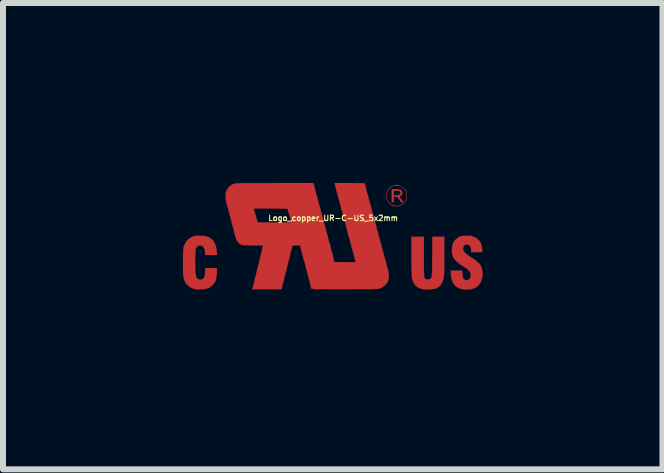
<source format=kicad_pcb>
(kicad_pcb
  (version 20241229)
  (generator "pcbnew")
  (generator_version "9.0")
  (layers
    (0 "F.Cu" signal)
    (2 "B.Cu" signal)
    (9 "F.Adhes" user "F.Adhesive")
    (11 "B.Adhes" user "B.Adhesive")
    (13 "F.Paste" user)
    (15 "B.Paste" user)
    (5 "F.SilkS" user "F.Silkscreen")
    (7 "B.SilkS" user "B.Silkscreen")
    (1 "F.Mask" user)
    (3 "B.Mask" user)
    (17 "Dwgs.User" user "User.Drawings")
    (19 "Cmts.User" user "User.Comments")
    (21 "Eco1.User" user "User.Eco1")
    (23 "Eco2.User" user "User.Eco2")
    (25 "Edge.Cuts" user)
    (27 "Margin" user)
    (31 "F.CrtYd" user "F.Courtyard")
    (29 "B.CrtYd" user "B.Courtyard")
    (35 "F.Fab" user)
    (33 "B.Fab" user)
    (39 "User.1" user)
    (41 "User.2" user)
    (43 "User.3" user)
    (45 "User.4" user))
  (footprint "Logo_copper_UR-C-US_5x2mm"
    (layer "F.Cu")
    (at 2.506 0.888)
    (property "Reference" "Logo_copper_UR-C-US_5x2mm" (at 0 -0.3 0) (layer "F.SilkS") (effects (font (size 0.091 0.091) (thickness 0.018))))
    (attr exclude_from_pos_files exclude_from_bom)
    (fp_poly (pts (xy 1.171 -0.569) (xy 1.166 -0.564) (xy 1.156 -0.564) (xy 1.143 -0.566) (xy 1.133 -0.572) (xy 1.13 -0.574) (xy 1.12 -0.584) (xy 1.113 -0.597) (xy 1.105 -0.61) (xy 1.092 -0.625) (xy 1.085 -0.635) (xy 1.072 -0.648) (xy 1.062 -0.655) (xy 1.049 -0.658) (xy 1.036 -0.658) (xy 1.011 -0.658) (xy 1.011 -0.61) (xy 1.011 -0.564) (xy 0.993 -0.564) (xy 0.978 -0.564) (xy 0.978 -0.673) (xy 0.978 -0.782) (xy 1.041 -0.782) (xy 1.077 -0.78) (xy 1.102 -0.777) (xy 1.12 -0.775) (xy 1.135 -0.767) (xy 1.143 -0.757) (xy 1.146 -0.752) (xy 1.156 -0.726) (xy 1.153 -0.704) (xy 1.14 -0.681) (xy 1.128 -0.671) (xy 1.128 -0.716) (xy 1.125 -0.732) (xy 1.115 -0.742) (xy 1.11 -0.749) (xy 1.102 -0.752) (xy 1.092 -0.754) (xy 1.077 -0.754) (xy 1.057 -0.754) (xy 1.011 -0.754) (xy 1.011 -0.719) (xy 1.011 -0.681) (xy 1.052 -0.681) (xy 1.072 -0.683) (xy 1.09 -0.686) (xy 1.102 -0.688) (xy 1.105 -0.688) (xy 1.12 -0.701) (xy 1.128 -0.716) (xy 1.128 -0.671) (xy 1.115 -0.66) (xy 1.113 -0.66) (xy 1.105 -0.658) (xy 1.105 -0.655) (xy 1.107 -0.648) (xy 1.118 -0.638) (xy 1.12 -0.635) (xy 1.135 -0.62) (xy 1.146 -0.602) (xy 1.151 -0.594) (xy 1.158 -0.582) (xy 1.163 -0.574) (xy 1.166 -0.574) (xy 1.171 -0.569)) (stroke (width 0.003) (type solid)) (fill yes) (layer "F.Cu"))
    (fp_poly (pts (xy 1.854 0.328) (xy 1.854 0.401) (xy 1.854 0.465) (xy 1.854 0.518) (xy 1.854 0.564) (xy 1.852 0.597) (xy 1.852 0.622) (xy 1.852 0.64) (xy 1.849 0.648) (xy 1.849 0.65) (xy 1.847 0.655) (xy 1.844 0.671) (xy 1.844 0.676) (xy 1.844 0.691) (xy 1.844 0.701) (xy 1.844 0.704) (xy 1.841 0.714) (xy 1.836 0.729) (xy 1.831 0.744) (xy 1.816 0.782) (xy 1.793 0.815) (xy 1.773 0.836) (xy 1.763 0.846) (xy 1.755 0.848) (xy 1.748 0.853) (xy 1.745 0.856) (xy 1.737 0.861) (xy 1.722 0.869) (xy 1.702 0.874) (xy 1.699 0.876) (xy 1.674 0.881) (xy 1.638 0.884) (xy 1.603 0.889) (xy 1.565 0.889) (xy 1.529 0.889) (xy 1.499 0.886) (xy 1.494 0.884) (xy 1.466 0.879) (xy 1.435 0.866) (xy 1.407 0.851) (xy 1.387 0.836) (xy 1.367 0.813) (xy 1.346 0.785) (xy 1.331 0.754) (xy 1.323 0.732) (xy 1.318 0.714) (xy 1.316 0.696) (xy 1.313 0.676) (xy 1.311 0.648) (xy 1.311 0.617) (xy 1.308 0.582) (xy 1.308 0.538) (xy 1.306 0.49) (xy 1.306 0.432) (xy 1.306 0.363) (xy 1.306 0.297) (xy 1.306 0.01) (xy 1.41 0.01) (xy 1.514 0.01) (xy 1.514 0.312) (xy 1.514 0.386) (xy 1.514 0.45) (xy 1.514 0.505) (xy 1.514 0.551) (xy 1.516 0.589) (xy 1.516 0.622) (xy 1.519 0.648) (xy 1.519 0.668) (xy 1.521 0.683) (xy 1.524 0.693) (xy 1.527 0.701) (xy 1.529 0.704) (xy 1.542 0.716) (xy 1.562 0.724) (xy 1.585 0.724) (xy 1.608 0.719) (xy 1.626 0.706) (xy 1.628 0.706) (xy 1.636 0.696) (xy 1.643 0.683) (xy 1.646 0.665) (xy 1.648 0.655) (xy 1.648 0.643) (xy 1.648 0.622) (xy 1.651 0.592) (xy 1.651 0.556) (xy 1.651 0.513) (xy 1.651 0.465) (xy 1.651 0.414) (xy 1.654 0.358) (xy 1.654 0.312) (xy 1.654 0.01) (xy 1.753 0.01) (xy 1.854 0.01) (xy 1.854 0.328)) (stroke (width 0.003) (type solid)) (fill yes) (layer "F.Cu"))
    (fp_poly (pts (xy 1.229 -0.678) (xy 1.229 -0.643) (xy 1.224 -0.615) (xy 1.224 -0.671) (xy 1.224 -0.676) (xy 1.224 -0.701) (xy 1.224 -0.719) (xy 1.222 -0.732) (xy 1.217 -0.742) (xy 1.212 -0.754) (xy 1.212 -0.757) (xy 1.196 -0.777) (xy 1.173 -0.798) (xy 1.151 -0.818) (xy 1.128 -0.831) (xy 1.123 -0.833) (xy 1.102 -0.838) (xy 1.077 -0.841) (xy 1.046 -0.841) (xy 1.016 -0.838) (xy 0.993 -0.831) (xy 0.986 -0.828) (xy 0.953 -0.808) (xy 0.927 -0.78) (xy 0.904 -0.744) (xy 0.892 -0.706) (xy 0.886 -0.671) (xy 0.894 -0.632) (xy 0.909 -0.597) (xy 0.93 -0.564) (xy 0.94 -0.554) (xy 0.955 -0.541) (xy 0.975 -0.528) (xy 0.996 -0.518) (xy 1.013 -0.513) (xy 1.016 -0.513) (xy 1.029 -0.511) (xy 1.034 -0.505) (xy 1.039 -0.503) (xy 1.054 -0.503) (xy 1.059 -0.5) (xy 1.074 -0.503) (xy 1.082 -0.505) (xy 1.085 -0.505) (xy 1.092 -0.511) (xy 1.1 -0.513) (xy 1.118 -0.516) (xy 1.138 -0.526) (xy 1.161 -0.541) (xy 1.181 -0.561) (xy 1.201 -0.579) (xy 1.212 -0.594) (xy 1.217 -0.607) (xy 1.222 -0.617) (xy 1.222 -0.63) (xy 1.224 -0.648) (xy 1.224 -0.671) (xy 1.224 -0.615) (xy 1.217 -0.592) (xy 1.201 -0.572) (xy 1.181 -0.551) (xy 1.153 -0.531) (xy 1.146 -0.526) (xy 1.128 -0.513) (xy 1.113 -0.505) (xy 1.1 -0.503) (xy 1.082 -0.5) (xy 1.072 -0.5) (xy 1.052 -0.498) (xy 1.034 -0.498) (xy 1.021 -0.5) (xy 1.003 -0.505) (xy 0.98 -0.518) (xy 0.958 -0.533) (xy 0.937 -0.549) (xy 0.93 -0.556) (xy 0.912 -0.582) (xy 0.897 -0.612) (xy 0.886 -0.645) (xy 0.884 -0.658) (xy 0.884 -0.691) (xy 0.892 -0.726) (xy 0.907 -0.759) (xy 0.93 -0.792) (xy 0.937 -0.8) (xy 0.958 -0.818) (xy 0.98 -0.831) (xy 1.001 -0.841) (xy 1.019 -0.843) (xy 1.029 -0.846) (xy 1.034 -0.848) (xy 1.041 -0.853) (xy 1.054 -0.853) (xy 1.069 -0.853) (xy 1.082 -0.851) (xy 1.087 -0.848) (xy 1.097 -0.846) (xy 1.113 -0.841) (xy 1.115 -0.838) (xy 1.133 -0.831) (xy 1.153 -0.818) (xy 1.176 -0.8) (xy 1.196 -0.782) (xy 1.212 -0.765) (xy 1.219 -0.754) (xy 1.224 -0.742) (xy 1.227 -0.729) (xy 1.229 -0.711) (xy 1.229 -0.688) (xy 1.229 -0.678)) (stroke (width 0.003) (type solid)) (fill yes) (layer "F.Cu"))
    (fp_poly (pts (xy -1.935 0.315) (xy -2.035 0.315) (xy -2.134 0.315) (xy -2.136 0.272) (xy -2.141 0.236) (xy -2.151 0.206) (xy -2.164 0.18) (xy -2.179 0.165) (xy -2.189 0.16) (xy -2.215 0.155) (xy -2.24 0.157) (xy -2.263 0.168) (xy -2.278 0.185) (xy -2.283 0.193) (xy -2.289 0.211) (xy -2.294 0.241) (xy -2.296 0.279) (xy -2.299 0.325) (xy -2.301 0.378) (xy -2.301 0.434) (xy -2.299 0.495) (xy -2.299 0.549) (xy -2.296 0.594) (xy -2.294 0.63) (xy -2.289 0.658) (xy -2.283 0.678) (xy -2.278 0.693) (xy -2.273 0.701) (xy -2.253 0.716) (xy -2.228 0.724) (xy -2.202 0.724) (xy -2.187 0.721) (xy -2.172 0.711) (xy -2.159 0.699) (xy -2.151 0.686) (xy -2.151 0.678) (xy -2.146 0.668) (xy -2.144 0.665) (xy -2.141 0.66) (xy -2.139 0.645) (xy -2.136 0.622) (xy -2.136 0.599) (xy -2.134 0.533) (xy -2.035 0.533) (xy -1.938 0.533) (xy -1.938 0.582) (xy -1.938 0.617) (xy -1.943 0.653) (xy -1.948 0.688) (xy -1.953 0.721) (xy -1.958 0.737) (xy -1.976 0.772) (xy -2.002 0.805) (xy -2.032 0.836) (xy -2.065 0.861) (xy -2.073 0.864) (xy -2.093 0.871) (xy -2.121 0.879) (xy -2.154 0.884) (xy -2.189 0.889) (xy -2.228 0.889) (xy -2.261 0.889) (xy -2.289 0.886) (xy -2.296 0.884) (xy -2.319 0.879) (xy -2.342 0.871) (xy -2.362 0.864) (xy -2.377 0.859) (xy -2.385 0.851) (xy -2.393 0.846) (xy -2.395 0.843) (xy -2.403 0.841) (xy -2.413 0.831) (xy -2.426 0.818) (xy -2.441 0.803) (xy -2.454 0.79) (xy -2.464 0.777) (xy -2.466 0.772) (xy -2.469 0.765) (xy -2.474 0.752) (xy -2.477 0.747) (xy -2.482 0.734) (xy -2.484 0.726) (xy -2.484 0.724) (xy -2.487 0.719) (xy -2.489 0.714) (xy -2.492 0.701) (xy -2.497 0.683) (xy -2.499 0.66) (xy -2.502 0.63) (xy -2.504 0.594) (xy -2.504 0.551) (xy -2.504 0.498) (xy -2.504 0.442) (xy -2.504 0.376) (xy -2.504 0.32) (xy -2.502 0.274) (xy -2.499 0.236) (xy -2.497 0.206) (xy -2.494 0.185) (xy -2.489 0.17) (xy -2.489 0.168) (xy -2.484 0.16) (xy -2.474 0.132) (xy -2.459 0.104) (xy -2.436 0.074) (xy -2.41 0.051) (xy -2.385 0.03) (xy -2.377 0.025) (xy -2.352 0.015) (xy -2.332 0.005) (xy -2.319 0.003) (xy -2.319 0) (xy -2.309 0) (xy -2.304 -0.003) (xy -2.294 -0.005) (xy -2.276 -0.005) (xy -2.253 -0.008) (xy -2.228 -0.008) (xy -2.2 -0.005) (xy -2.177 -0.005) (xy -2.156 -0.003) (xy -2.144 -0.003) (xy -2.139 0) (xy -2.131 0) (xy -2.129 0) (xy -2.121 0) (xy -2.113 0.003) (xy -2.101 0.008) (xy -2.085 0.015) (xy -2.07 0.023) (xy -2.055 0.03) (xy -2.037 0.043) (xy -2.019 0.056) (xy -2.004 0.069) (xy -1.996 0.079) (xy -1.994 0.081) (xy -1.991 0.089) (xy -1.986 0.102) (xy -1.979 0.114) (xy -1.961 0.15) (xy -1.948 0.196) (xy -1.941 0.249) (xy -1.941 0.262) (xy -1.935 0.315)) (stroke (width 0.003) (type solid)) (fill yes) (layer "F.Cu"))
    (fp_poly (pts (xy 2.492 0.635) (xy 2.492 0.653) (xy 2.489 0.668) (xy 2.489 0.676) (xy 2.484 0.681) (xy 2.487 0.691) (xy 2.487 0.701) (xy 2.482 0.706) (xy 2.477 0.714) (xy 2.477 0.719) (xy 2.474 0.729) (xy 2.471 0.744) (xy 2.466 0.759) (xy 2.456 0.775) (xy 2.446 0.792) (xy 2.431 0.813) (xy 2.418 0.828) (xy 2.405 0.838) (xy 2.398 0.843) (xy 2.395 0.843) (xy 2.388 0.848) (xy 2.385 0.851) (xy 2.377 0.856) (xy 2.365 0.864) (xy 2.347 0.871) (xy 2.344 0.874) (xy 2.327 0.879) (xy 2.309 0.884) (xy 2.291 0.886) (xy 2.268 0.886) (xy 2.243 0.889) (xy 2.215 0.889) (xy 2.189 0.889) (xy 2.169 0.886) (xy 2.156 0.886) (xy 2.108 0.874) (xy 2.068 0.853) (xy 2.035 0.826) (xy 2.019 0.81) (xy 2.009 0.795) (xy 1.999 0.775) (xy 1.989 0.754) (xy 1.981 0.734) (xy 1.979 0.721) (xy 1.979 0.719) (xy 1.976 0.711) (xy 1.974 0.709) (xy 1.971 0.701) (xy 1.968 0.686) (xy 1.966 0.663) (xy 1.966 0.64) (xy 1.961 0.574) (xy 2.057 0.574) (xy 2.154 0.574) (xy 2.156 0.627) (xy 2.159 0.653) (xy 2.162 0.673) (xy 2.164 0.688) (xy 2.167 0.693) (xy 2.174 0.709) (xy 2.184 0.719) (xy 2.192 0.726) (xy 2.197 0.726) (xy 2.202 0.729) (xy 2.205 0.729) (xy 2.212 0.734) (xy 2.223 0.734) (xy 2.235 0.734) (xy 2.245 0.732) (xy 2.248 0.729) (xy 2.253 0.724) (xy 2.261 0.721) (xy 2.273 0.714) (xy 2.283 0.706) (xy 2.289 0.688) (xy 2.294 0.668) (xy 2.294 0.643) (xy 2.291 0.625) (xy 2.291 0.62) (xy 2.286 0.61) (xy 2.276 0.594) (xy 2.266 0.579) (xy 2.253 0.564) (xy 2.243 0.554) (xy 2.238 0.549) (xy 2.233 0.546) (xy 2.22 0.538) (xy 2.202 0.526) (xy 2.192 0.521) (xy 2.174 0.505) (xy 2.154 0.493) (xy 2.141 0.485) (xy 2.136 0.483) (xy 2.123 0.475) (xy 2.113 0.465) (xy 2.106 0.457) (xy 2.101 0.455) (xy 2.093 0.452) (xy 2.083 0.442) (xy 2.065 0.429) (xy 2.05 0.411) (xy 2.029 0.391) (xy 2.017 0.376) (xy 2.007 0.363) (xy 2.002 0.348) (xy 1.994 0.333) (xy 1.989 0.315) (xy 1.986 0.297) (xy 1.984 0.277) (xy 1.981 0.249) (xy 1.981 0.234) (xy 1.984 0.193) (xy 1.986 0.163) (xy 1.994 0.135) (xy 2.004 0.107) (xy 2.007 0.102) (xy 2.014 0.089) (xy 2.029 0.071) (xy 2.047 0.053) (xy 2.068 0.036) (xy 2.083 0.023) (xy 2.095 0.015) (xy 2.111 0.01) (xy 2.121 0.005) (xy 2.134 0.003) (xy 2.136 0) (xy 2.146 0) (xy 2.154 -0.003) (xy 2.162 -0.003) (xy 2.179 -0.005) (xy 2.202 -0.005) (xy 2.228 -0.008) (xy 2.253 -0.005) (xy 2.278 -0.005) (xy 2.296 -0.005) (xy 2.306 -0.003) (xy 2.309 -0.003) (xy 2.319 0) (xy 2.322 0.003) (xy 2.332 0.005) (xy 2.347 0.013) (xy 2.365 0.018) (xy 2.375 0.023) (xy 2.39 0.033) (xy 2.408 0.048) (xy 2.426 0.066) (xy 2.443 0.084) (xy 2.456 0.102) (xy 2.459 0.107) (xy 2.464 0.119) (xy 2.469 0.137) (xy 2.471 0.155) (xy 2.477 0.173) (xy 2.482 0.185) (xy 2.484 0.191) (xy 2.484 0.198) (xy 2.487 0.211) (xy 2.487 0.229) (xy 2.484 0.267) (xy 2.393 0.267) (xy 2.301 0.269) (xy 2.301 0.241) (xy 2.299 0.218) (xy 2.294 0.196) (xy 2.291 0.185) (xy 2.283 0.168) (xy 2.276 0.157) (xy 2.263 0.147) (xy 2.24 0.14) (xy 2.215 0.14) (xy 2.195 0.15) (xy 2.179 0.165) (xy 2.169 0.188) (xy 2.167 0.211) (xy 2.169 0.229) (xy 2.177 0.246) (xy 2.189 0.267) (xy 2.212 0.287) (xy 2.24 0.312) (xy 2.276 0.338) (xy 2.291 0.348) (xy 2.306 0.358) (xy 2.314 0.361) (xy 2.322 0.366) (xy 2.334 0.373) (xy 2.352 0.386) (xy 2.372 0.401) (xy 2.39 0.417) (xy 2.408 0.432) (xy 2.423 0.445) (xy 2.426 0.447) (xy 2.443 0.465) (xy 2.459 0.485) (xy 2.469 0.503) (xy 2.471 0.518) (xy 2.474 0.528) (xy 2.479 0.541) (xy 2.484 0.554) (xy 2.487 0.564) (xy 2.487 0.574) (xy 2.487 0.577) (xy 2.489 0.584) (xy 2.492 0.597) (xy 2.492 0.615) (xy 2.492 0.635)) (stroke (width 0.003) (type solid)) (fill yes) (layer "F.Cu"))
    (fp_poly (pts (xy 0.93 0.655) (xy 0.927 0.704) (xy 0.917 0.744) (xy 0.907 0.77) (xy 0.879 0.805) (xy 0.846 0.836) (xy 0.808 0.859) (xy 0.767 0.876) (xy 0.747 0.881) (xy 0.737 0.881) (xy 0.716 0.881) (xy 0.688 0.881) (xy 0.65 0.884) (xy 0.602 0.884) (xy 0.549 0.884) (xy 0.485 0.884) (xy 0.417 0.884) (xy 0.343 0.884) (xy 0.262 0.886) (xy 0.18 0.886) (xy 0.094 0.886) (xy 0.015 0.886) (xy -0.051 0.886) (xy -0.109 0.884) (xy -0.163 0.884) (xy -0.206 0.884) (xy -0.244 0.884) (xy -0.274 0.884) (xy -0.3 0.884) (xy -0.32 0.881) (xy -0.335 0.881) (xy -0.348 0.879) (xy -0.356 0.879) (xy -0.361 0.876) (xy -0.366 0.874) (xy -0.366 0.871) (xy -0.366 0.869) (xy -0.366 0.866) (xy -0.368 0.856) (xy -0.371 0.838) (xy -0.376 0.818) (xy -0.384 0.792) (xy -0.389 0.767) (xy -0.396 0.744) (xy -0.401 0.724) (xy -0.406 0.714) (xy -0.406 0.711) (xy -0.411 0.699) (xy -0.414 0.688) (xy -0.414 0.681) (xy -0.419 0.663) (xy -0.422 0.643) (xy -0.429 0.62) (xy -0.434 0.597) (xy -0.439 0.579) (xy -0.445 0.566) (xy -0.445 0.561) (xy -0.45 0.551) (xy -0.455 0.531) (xy -0.46 0.505) (xy -0.467 0.472) (xy -0.475 0.439) (xy -0.475 0.437) (xy -0.48 0.422) (xy -0.485 0.411) (xy -0.488 0.409) (xy -0.49 0.404) (xy -0.49 0.399) (xy -0.493 0.386) (xy -0.493 0.384) (xy -0.495 0.373) (xy -0.5 0.358) (xy -0.505 0.338) (xy -0.511 0.315) (xy -0.516 0.292) (xy -0.521 0.269) (xy -0.526 0.257) (xy -0.528 0.249) (xy -0.531 0.241) (xy -0.531 0.239) (xy -0.531 0.231) (xy -0.536 0.226) (xy -0.538 0.213) (xy -0.544 0.196) (xy -0.544 0.193) (xy -0.551 0.157) (xy -0.615 0.155) (xy -0.64 0.155) (xy -0.658 0.155) (xy -0.671 0.157) (xy -0.678 0.163) (xy -0.683 0.173) (xy -0.686 0.188) (xy -0.688 0.203) (xy -0.693 0.221) (xy -0.696 0.234) (xy -0.696 -0.231) (xy -0.704 -0.236) (xy -0.704 -0.241) (xy -0.706 -0.249) (xy -0.709 -0.267) (xy -0.714 -0.287) (xy -0.719 -0.312) (xy -0.726 -0.335) (xy -0.732 -0.358) (xy -0.737 -0.373) (xy -0.739 -0.384) (xy -0.742 -0.386) (xy -0.744 -0.396) (xy -0.744 -0.401) (xy -0.742 -0.406) (xy -0.744 -0.409) (xy -0.747 -0.414) (xy -0.752 -0.424) (xy -0.754 -0.432) (xy -0.757 -0.457) (xy -1.041 -0.46) (xy -1.326 -0.46) (xy -1.311 -0.409) (xy -1.306 -0.389) (xy -1.3 -0.371) (xy -1.295 -0.358) (xy -1.295 -0.356) (xy -1.293 -0.351) (xy -1.288 -0.338) (xy -1.285 -0.325) (xy -1.28 -0.302) (xy -1.273 -0.277) (xy -1.27 -0.269) (xy -1.265 -0.251) (xy -1.262 -0.239) (xy -1.26 -0.234) (xy -1.257 -0.231) (xy -1.252 -0.231) (xy -1.24 -0.229) (xy -1.222 -0.229) (xy -1.196 -0.229) (xy -1.163 -0.229) (xy -1.125 -0.229) (xy -1.077 -0.226) (xy -1.019 -0.226) (xy -0.975 -0.226) (xy -0.922 -0.229) (xy -0.871 -0.229) (xy -0.828 -0.229) (xy -0.787 -0.229) (xy -0.754 -0.229) (xy -0.726 -0.229) (xy -0.709 -0.229) (xy -0.699 -0.231) (xy -0.696 -0.231) (xy -0.696 0.234) (xy -0.699 0.236) (xy -0.701 0.244) (xy -0.704 0.257) (xy -0.709 0.277) (xy -0.716 0.302) (xy -0.719 0.32) (xy -0.726 0.348) (xy -0.732 0.371) (xy -0.737 0.391) (xy -0.739 0.401) (xy -0.742 0.404) (xy -0.744 0.411) (xy -0.744 0.414) (xy -0.744 0.424) (xy -0.744 0.427) (xy -0.747 0.434) (xy -0.752 0.447) (xy -0.757 0.47) (xy -0.762 0.493) (xy -0.765 0.495) (xy -0.77 0.521) (xy -0.775 0.544) (xy -0.78 0.559) (xy -0.782 0.566) (xy -0.785 0.574) (xy -0.782 0.577) (xy -0.782 0.587) (xy -0.785 0.592) (xy -0.787 0.599) (xy -0.792 0.615) (xy -0.798 0.635) (xy -0.805 0.66) (xy -0.808 0.673) (xy -0.813 0.701) (xy -0.82 0.724) (xy -0.823 0.744) (xy -0.828 0.757) (xy -0.828 0.759) (xy -0.831 0.767) (xy -0.836 0.785) (xy -0.841 0.805) (xy -0.843 0.815) (xy -0.848 0.838) (xy -0.853 0.856) (xy -0.856 0.871) (xy -0.856 0.874) (xy -0.859 0.886) (xy -1.102 0.886) (xy -1.349 0.886) (xy -1.344 0.869) (xy -1.341 0.856) (xy -1.336 0.846) (xy -1.333 0.841) (xy -1.331 0.826) (xy -1.326 0.803) (xy -1.318 0.777) (xy -1.313 0.749) (xy -1.306 0.719) (xy -1.303 0.699) (xy -1.298 0.686) (xy -1.295 0.676) (xy -1.293 0.668) (xy -1.288 0.653) (xy -1.283 0.632) (xy -1.278 0.607) (xy -1.275 0.592) (xy -1.267 0.564) (xy -1.262 0.538) (xy -1.257 0.521) (xy -1.255 0.508) (xy -1.252 0.505) (xy -1.25 0.495) (xy -1.247 0.48) (xy -1.242 0.457) (xy -1.234 0.429) (xy -1.232 0.419) (xy -1.227 0.391) (xy -1.219 0.366) (xy -1.214 0.348) (xy -1.212 0.335) (xy -1.212 0.333) (xy -1.206 0.323) (xy -1.209 0.318) (xy -1.209 0.31) (xy -1.206 0.307) (xy -1.204 0.3) (xy -1.199 0.284) (xy -1.194 0.264) (xy -1.189 0.241) (xy -1.189 0.236) (xy -1.184 0.213) (xy -1.179 0.191) (xy -1.173 0.175) (xy -1.171 0.168) (xy -1.168 0.16) (xy -1.168 0.157) (xy -1.173 0.157) (xy -1.189 0.155) (xy -1.212 0.155) (xy -1.242 0.155) (xy -1.275 0.155) (xy -1.313 0.155) (xy -1.328 0.155) (xy -1.369 0.155) (xy -1.407 0.152) (xy -1.443 0.152) (xy -1.473 0.152) (xy -1.496 0.15) (xy -1.511 0.15) (xy -1.539 0.14) (xy -1.567 0.122) (xy -1.59 0.097) (xy -1.61 0.069) (xy -1.621 0.038) (xy -1.623 0.025) (xy -1.628 0.013) (xy -1.631 0.003) (xy -1.633 -0.003) (xy -1.633 -0.01) (xy -1.633 -0.018) (xy -1.636 -0.02) (xy -1.641 -0.023) (xy -1.643 -0.036) (xy -1.648 -0.056) (xy -1.654 -0.081) (xy -1.659 -0.107) (xy -1.666 -0.13) (xy -1.671 -0.15) (xy -1.674 -0.165) (xy -1.679 -0.173) (xy -1.681 -0.18) (xy -1.687 -0.193) (xy -1.687 -0.196) (xy -1.692 -0.221) (xy -1.697 -0.246) (xy -1.704 -0.274) (xy -1.709 -0.297) (xy -1.714 -0.318) (xy -1.72 -0.33) (xy -1.72 -0.333) (xy -1.722 -0.343) (xy -1.727 -0.358) (xy -1.732 -0.381) (xy -1.74 -0.406) (xy -1.74 -0.414) (xy -1.748 -0.439) (xy -1.755 -0.465) (xy -1.76 -0.485) (xy -1.763 -0.498) (xy -1.773 -0.521) (xy -1.778 -0.551) (xy -1.786 -0.587) (xy -1.791 -0.62) (xy -1.793 -0.653) (xy -1.793 -0.673) (xy -1.791 -0.716) (xy -1.783 -0.752) (xy -1.765 -0.785) (xy -1.74 -0.815) (xy -1.737 -0.82) (xy -1.702 -0.848) (xy -1.664 -0.869) (xy -1.621 -0.879) (xy -1.61 -0.881) (xy -1.59 -0.881) (xy -1.56 -0.881) (xy -1.519 -0.884) (xy -1.471 -0.884) (xy -1.415 -0.884) (xy -1.349 -0.884) (xy -1.275 -0.884) (xy -1.194 -0.884) (xy -1.105 -0.884) (xy -1.008 -0.884) (xy -0.96 -0.886) (xy -0.33 -0.886) (xy -0.328 -0.871) (xy -0.323 -0.859) (xy -0.32 -0.851) (xy -0.318 -0.843) (xy -0.318 -0.841) (xy -0.315 -0.833) (xy -0.312 -0.828) (xy -0.312 -0.82) (xy -0.307 -0.805) (xy -0.302 -0.782) (xy -0.295 -0.757) (xy -0.295 -0.752) (xy -0.287 -0.726) (xy -0.282 -0.704) (xy -0.277 -0.686) (xy -0.274 -0.676) (xy -0.269 -0.665) (xy -0.267 -0.65) (xy -0.259 -0.627) (xy -0.254 -0.602) (xy -0.251 -0.597) (xy -0.246 -0.572) (xy -0.241 -0.549) (xy -0.236 -0.531) (xy -0.231 -0.521) (xy -0.229 -0.511) (xy -0.224 -0.495) (xy -0.218 -0.472) (xy -0.211 -0.447) (xy -0.211 -0.445) (xy -0.206 -0.419) (xy -0.198 -0.396) (xy -0.193 -0.378) (xy -0.191 -0.371) (xy -0.191 -0.368) (xy -0.188 -0.361) (xy -0.183 -0.343) (xy -0.178 -0.323) (xy -0.173 -0.3) (xy -0.168 -0.279) (xy -0.163 -0.259) (xy -0.16 -0.246) (xy -0.16 -0.241) (xy -0.157 -0.234) (xy -0.152 -0.221) (xy -0.147 -0.208) (xy -0.142 -0.191) (xy -0.137 -0.165) (xy -0.13 -0.14) (xy -0.13 -0.137) (xy -0.122 -0.109) (xy -0.117 -0.089) (xy -0.112 -0.071) (xy -0.109 -0.061) (xy -0.107 -0.051) (xy -0.104 -0.048) (xy -0.102 -0.038) (xy -0.102 -0.036) (xy -0.099 -0.028) (xy -0.094 -0.01) (xy -0.089 0.008) (xy -0.084 0.028) (xy -0.079 0.051) (xy -0.074 0.071) (xy -0.069 0.086) (xy -0.069 0.091) (xy -0.066 0.104) (xy -0.066 0.107) (xy -0.064 0.112) (xy -0.061 0.112) (xy -0.056 0.117) (xy -0.056 0.122) (xy -0.053 0.13) (xy -0.051 0.145) (xy -0.046 0.168) (xy -0.041 0.191) (xy -0.036 0.213) (xy -0.03 0.236) (xy -0.025 0.254) (xy -0.02 0.264) (xy -0.02 0.267) (xy -0.018 0.272) (xy -0.013 0.287) (xy -0.008 0.307) (xy -0.003 0.335) (xy 0 0.345) (xy 0.005 0.373) (xy 0.01 0.396) (xy 0.015 0.414) (xy 0.02 0.427) (xy 0.025 0.429) (xy 0.033 0.432) (xy 0.048 0.432) (xy 0.071 0.434) (xy 0.102 0.434) (xy 0.14 0.434) (xy 0.185 0.434) (xy 0.201 0.434) (xy 0.249 0.434) (xy 0.287 0.434) (xy 0.318 0.434) (xy 0.34 0.434) (xy 0.356 0.432) (xy 0.366 0.432) (xy 0.371 0.429) (xy 0.376 0.429) (xy 0.376 0.427) (xy 0.376 0.424) (xy 0.373 0.414) (xy 0.368 0.401) (xy 0.366 0.389) (xy 0.361 0.381) (xy 0.358 0.373) (xy 0.356 0.358) (xy 0.351 0.338) (xy 0.343 0.312) (xy 0.34 0.305) (xy 0.335 0.279) (xy 0.33 0.257) (xy 0.325 0.239) (xy 0.323 0.229) (xy 0.323 0.226) (xy 0.318 0.216) (xy 0.318 0.213) (xy 0.315 0.206) (xy 0.31 0.193) (xy 0.307 0.183) (xy 0.305 0.175) (xy 0.302 0.165) (xy 0.3 0.15) (xy 0.295 0.13) (xy 0.29 0.107) (xy 0.284 0.084) (xy 0.279 0.066) (xy 0.274 0.053) (xy 0.274 0.048) (xy 0.269 0.038) (xy 0.267 0.023) (xy 0.259 0) (xy 0.254 -0.02) (xy 0.246 -0.046) (xy 0.241 -0.066) (xy 0.239 -0.084) (xy 0.236 -0.094) (xy 0.236 -0.102) (xy 0.234 -0.102) (xy 0.231 -0.107) (xy 0.226 -0.119) (xy 0.224 -0.132) (xy 0.213 -0.175) (xy 0.206 -0.208) (xy 0.198 -0.234) (xy 0.193 -0.251) (xy 0.191 -0.257) (xy 0.188 -0.264) (xy 0.183 -0.282) (xy 0.178 -0.302) (xy 0.17 -0.328) (xy 0.17 -0.333) (xy 0.163 -0.358) (xy 0.157 -0.381) (xy 0.152 -0.399) (xy 0.15 -0.409) (xy 0.15 -0.411) (xy 0.145 -0.419) (xy 0.142 -0.437) (xy 0.135 -0.46) (xy 0.13 -0.485) (xy 0.127 -0.488) (xy 0.122 -0.513) (xy 0.117 -0.536) (xy 0.112 -0.554) (xy 0.107 -0.561) (xy 0.104 -0.572) (xy 0.104 -0.577) (xy 0.104 -0.584) (xy 0.102 -0.587) (xy 0.099 -0.594) (xy 0.097 -0.61) (xy 0.089 -0.63) (xy 0.084 -0.653) (xy 0.079 -0.676) (xy 0.074 -0.696) (xy 0.069 -0.711) (xy 0.066 -0.716) (xy 0.064 -0.726) (xy 0.061 -0.737) (xy 0.061 -0.739) (xy 0.058 -0.747) (xy 0.053 -0.762) (xy 0.048 -0.785) (xy 0.043 -0.808) (xy 0.036 -0.833) (xy 0.03 -0.856) (xy 0.028 -0.874) (xy 0.025 -0.886) (xy 0.272 -0.886) (xy 0.33 -0.886) (xy 0.378 -0.884) (xy 0.417 -0.884) (xy 0.45 -0.884) (xy 0.475 -0.884) (xy 0.493 -0.884) (xy 0.508 -0.881) (xy 0.516 -0.881) (xy 0.523 -0.879) (xy 0.526 -0.879) (xy 0.531 -0.869) (xy 0.533 -0.864) (xy 0.533 -0.853) (xy 0.533 -0.848) (xy 0.536 -0.841) (xy 0.541 -0.826) (xy 0.546 -0.805) (xy 0.551 -0.785) (xy 0.556 -0.762) (xy 0.561 -0.742) (xy 0.566 -0.726) (xy 0.569 -0.721) (xy 0.569 -0.714) (xy 0.569 -0.709) (xy 0.572 -0.701) (xy 0.574 -0.699) (xy 0.579 -0.693) (xy 0.579 -0.691) (xy 0.582 -0.681) (xy 0.584 -0.665) (xy 0.589 -0.645) (xy 0.594 -0.62) (xy 0.602 -0.597) (xy 0.607 -0.574) (xy 0.612 -0.556) (xy 0.615 -0.546) (xy 0.62 -0.536) (xy 0.622 -0.521) (xy 0.63 -0.498) (xy 0.635 -0.472) (xy 0.638 -0.467) (xy 0.643 -0.442) (xy 0.648 -0.419) (xy 0.653 -0.404) (xy 0.655 -0.394) (xy 0.658 -0.394) (xy 0.66 -0.384) (xy 0.663 -0.368) (xy 0.671 -0.348) (xy 0.676 -0.323) (xy 0.678 -0.312) (xy 0.683 -0.287) (xy 0.691 -0.264) (xy 0.696 -0.246) (xy 0.699 -0.239) (xy 0.699 -0.236) (xy 0.701 -0.231) (xy 0.704 -0.218) (xy 0.709 -0.201) (xy 0.716 -0.178) (xy 0.721 -0.157) (xy 0.726 -0.137) (xy 0.729 -0.122) (xy 0.729 -0.112) (xy 0.732 -0.104) (xy 0.737 -0.091) (xy 0.742 -0.079) (xy 0.747 -0.061) (xy 0.752 -0.036) (xy 0.759 -0.01) (xy 0.762 0.003) (xy 0.77 0.028) (xy 0.777 0.053) (xy 0.782 0.074) (xy 0.785 0.086) (xy 0.787 0.089) (xy 0.79 0.099) (xy 0.795 0.114) (xy 0.8 0.137) (xy 0.805 0.163) (xy 0.808 0.168) (xy 0.813 0.193) (xy 0.82 0.216) (xy 0.826 0.234) (xy 0.828 0.244) (xy 0.831 0.254) (xy 0.836 0.269) (xy 0.843 0.292) (xy 0.848 0.318) (xy 0.848 0.32) (xy 0.856 0.345) (xy 0.861 0.368) (xy 0.866 0.386) (xy 0.869 0.396) (xy 0.871 0.404) (xy 0.876 0.422) (xy 0.884 0.442) (xy 0.889 0.47) (xy 0.892 0.475) (xy 0.897 0.5) (xy 0.904 0.523) (xy 0.907 0.541) (xy 0.912 0.551) (xy 0.914 0.559) (xy 0.919 0.574) (xy 0.922 0.594) (xy 0.925 0.605) (xy 0.93 0.655)) (stroke (width 0.003) (type solid)) (fill yes) (layer "F.Cu")))
  (gr_rect
    (start -3 -3)
    (end 7.999 4.778)
    (stroke (width 0.1) (type default))
    (fill no)
    (layer "Edge.Cuts")))
</source>
